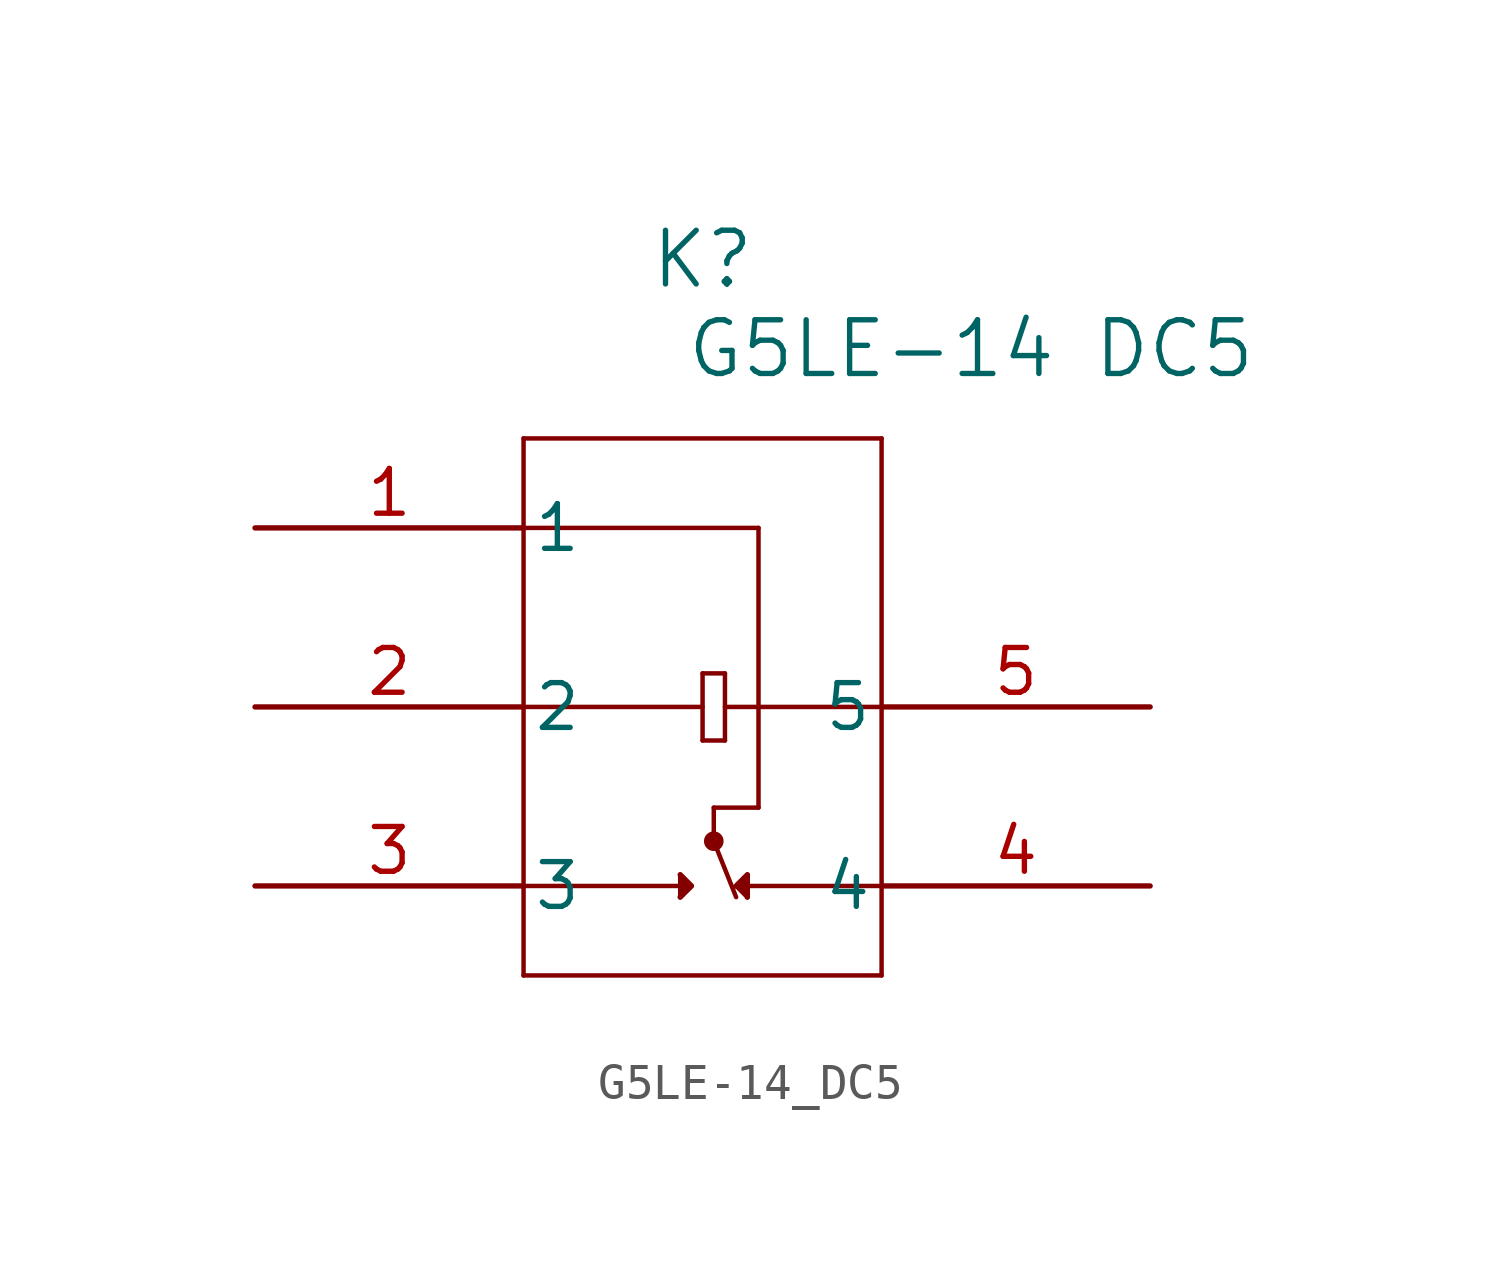
<source format=kicad_sym>
(kicad_symbol_lib
  (version 20211014)
  (generator kicad_symbol_editor)
  (symbol "G5LE-14_DC5"
    (pin_names
      (offset 0.254))
    (property "Reference" "K"
      (at 12.7 7.62 0)
      (effects (font (size 1.524 1.524))))
    (property "Value" "G5LE-14 DC5"
      (at 20.32 5.08 0)
      (effects (font (size 1.524 1.524))))
    (symbol "G5LE-14_DC5_0_1"
      (polyline (pts (xy 12.7 -6.032) (xy 13.335 -6.032)) (stroke (width 0.127) (type default) (color 0 0 0 0)) (fill (type none)))
      (polyline (pts (xy 7.62 2.54) (xy 7.62 -12.7)) (stroke (width 0.127) (type default) (color 0 0 0 0)) (fill (type none)))
      (polyline (pts (xy 7.62 -12.7) (xy 17.78 -12.7)) (stroke (width 0.127) (type default) (color 0 0 0 0)) (fill (type none)))
      (polyline (pts (xy 7.62 0) (xy 14.287 0)) (stroke (width 0.127) (type default) (color 0 0 0 0)) (fill (type none)))
      (polyline (pts (xy 17.78 2.54) (xy 7.62 2.54)) (stroke (width 0.127) (type default) (color 0 0 0 0)) (fill (type none)))
      (polyline (pts (xy 14.287 0) (xy 14.287 -7.938)) (stroke (width 0.127) (type default) (color 0 0 0 0)) (fill (type none)))
      (polyline (pts (xy 12.383 -10.16) (xy 12.065 -9.842)) (stroke (width 0.127) (type default) (color 0 0 0 0)) (fill (type none)))
      (polyline (pts (xy 12.065 -9.842) (xy 12.065 -10.477)) (stroke (width 0.127) (type default) (color 0 0 0 0)) (fill (type none)))
      (polyline (pts (xy 12.065 -10.477) (xy 12.383 -10.16)) (stroke (width 0.127) (type default) (color 0 0 0 0)) (fill (type none)))
      (polyline (pts (xy 7.62 -5.08) (xy 12.7 -5.08)) (stroke (width 0.127) (type default) (color 0 0 0 0)) (fill (type none)))
      (polyline (pts (xy 12.7 -4.128) (xy 12.7 -6.032)) (stroke (width 0.127) (type default) (color 0 0 0 0)) (fill (type none)))
      (polyline (pts (xy 12.7 -4.128) (xy 13.335 -4.128)) (stroke (width 0.127) (type default) (color 0 0 0 0)) (fill (type none)))
      (polyline (pts (xy 13.335 -4.128) (xy 13.335 -6.032)) (stroke (width 0.127) (type default) (color 0 0 0 0)) (fill (type none)))
      (polyline (pts (xy 13.652 -10.16) (xy 13.97 -9.842)) (stroke (width 0.127) (type default) (color 0 0 0 0)) (fill (type none)))
      (polyline (pts (xy 13.335 -5.08) (xy 17.78 -5.08)) (stroke (width 0.127) (type default) (color 0 0 0 0)) (fill (type none)))
      (polyline (pts (xy 17.78 2.54) (xy 17.78 -12.7)) (stroke (width 0.127) (type default) (color 0 0 0 0)) (fill (type none)))
      (polyline (pts (xy 13.97 -9.842) (xy 13.97 -10.477)) (stroke (width 0.127) (type default) (color 0 0 0 0)) (fill (type none)))
      (polyline (pts (xy 13.652 -10.16) (xy 13.97 -10.477)) (stroke (width 0.127) (type default) (color 0 0 0 0)) (fill (type none)))
      (polyline (pts (xy 13.652 -10.477) (xy 13.018 -8.89)) (stroke (width 0.127) (type default) (color 0 0 0 0)) (fill (type none)))
      (polyline (pts (xy 13.018 -8.89) (xy 13.018 -7.938)) (stroke (width 0.127) (type default) (color 0 0 0 0)) (fill (type none)))
      (polyline (pts (xy 7.62 -10.16) (xy 12.065 -10.16)) (stroke (width 0.127) (type default) (color 0 0 0 0)) (fill (type none)))
      (polyline (pts (xy 13.652 -10.16) (xy 17.78 -10.16)) (stroke (width 0.127) (type default) (color 0 0 0 0)) (fill (type none)))
      (polyline (pts (xy 13.018 -7.938) (xy 14.287 -7.938)) (stroke (width 0.127) (type default) (color 0 0 0 0)) (fill (type none)))
      (circle (center 13.018 -8.89) (radius 0.152) (stroke (width 0.254) (type default) (color 0 0 0 0)) (fill (type none)))
      (polyline (pts (xy 12.065 -9.842) (xy 12.383 -10.16) (xy 12.065 -10.477)) (stroke (width 0) (type default) (color 0 0 0 0)) (fill (type outline)))
      (polyline (pts (xy 13.652 -10.16) (xy 13.97 -9.842) (xy 13.97 -10.477)) (stroke (width 0) (type default) (color 0 0 0 0)) (fill (type outline)))
      (pin unspecified line (at 0 0 0) (length 7.62) (name "1" (effects (font (size 1.27 1.27)))) (number "1" (effects (font (size 1.27 1.27)))))
      (pin unspecified line (at 0 -5.08 0) (length 7.62) (name "2" (effects (font (size 1.27 1.27)))) (number "2" (effects (font (size 1.27 1.27)))))
      (pin unspecified line (at 0 -10.16 0) (length 7.62) (name "3" (effects (font (size 1.27 1.27)))) (number "3" (effects (font (size 1.27 1.27)))))
      (pin unspecified line (at 25.4 -10.16 180) (length 7.62) (name "4" (effects (font (size 1.27 1.27)))) (number "4" (effects (font (size 1.27 1.27)))))
      (pin unspecified line (at 25.4 -5.08 180) (length 7.62) (name "5" (effects (font (size 1.27 1.27)))) (number "5" (effects (font (size 1.27 1.27))))))))
</source>
